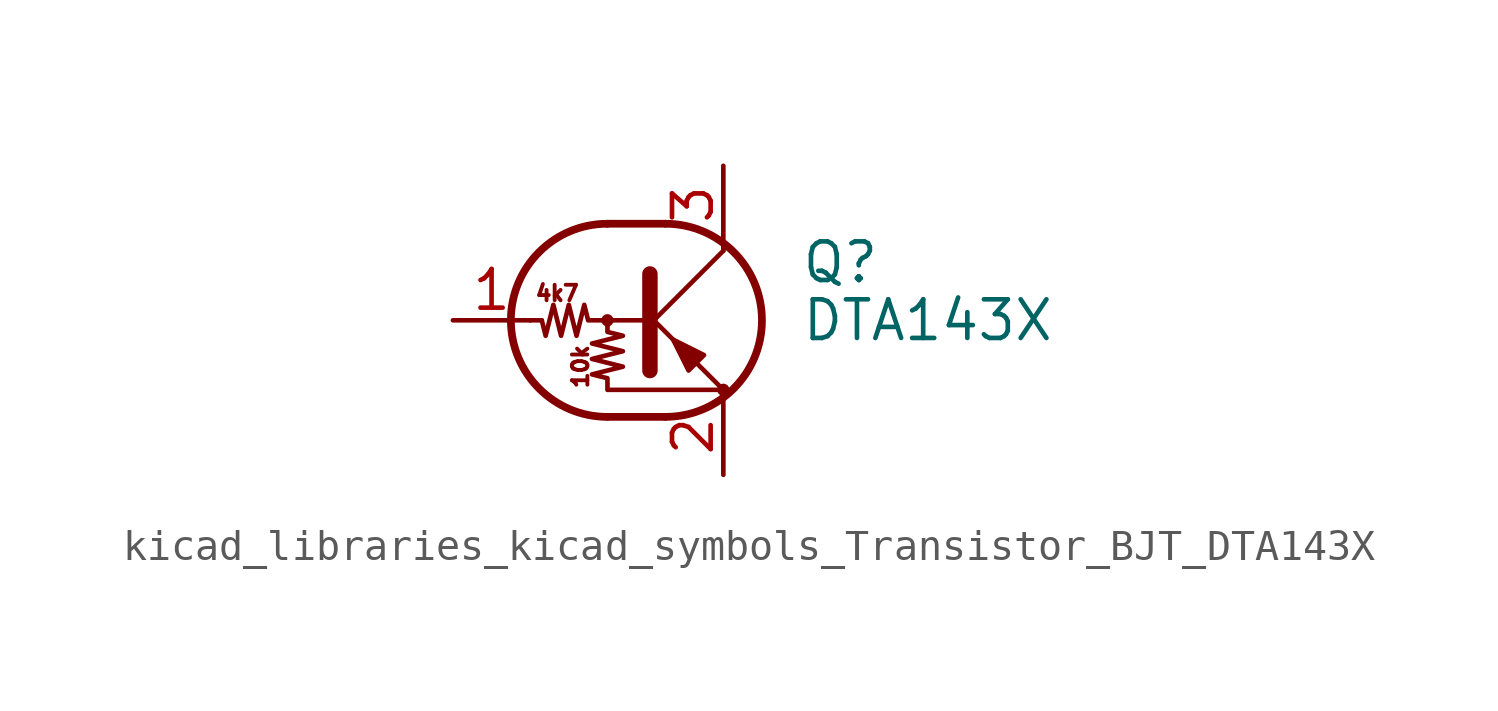
<source format=kicad_sym>
(kicad_symbol_lib
  (version 20220914)
  (generator kicad_symbol_editor)
  (symbol "kicad_libraries_kicad_symbols_Transistor_BJT_DTA143X"
    (pin_names
      (offset 0) hide)
    (property "Reference" "Q"
      (at 5.08 1.905 0)
      (effects (font (size 1.27 1.27)) (justify left)))
    (property "Value" "DTA143X"
      (at 5.08 0 0)
      (effects (font (size 1.27 1.27)) (justify left)))
    (symbol "kicad_libraries_kicad_symbols_Transistor_BJT_DTA143X_0_0"
      (text "10k" (at -2.159 -1.524 900) (effects (font (size 0.508 0.508))))
      (text "4k7" (at -2.921 0.889 0) (effects (font (size 0.508 0.508)))))
    (symbol "kicad_libraries_kicad_symbols_Transistor_BJT_DTA143X_0_1"
      (circle (center -1.27 0) (radius 0.127) (stroke (width 0) (type default)) (fill (type none)))
      (arc (start -1.27 3.175) (mid -4.4312 0) (end -1.27 -3.175) (stroke (width 0.254) (type default)) (fill (type none)))
      (polyline (pts (xy -3.429 0) (xy -3.81 0)) (stroke (width 0) (type default)) (fill (type none)))
      (polyline (pts (xy -1.27 -3.175) (xy 0.635 -3.175)) (stroke (width 0.254) (type default)) (fill (type none)))
      (polyline (pts (xy -1.27 3.175) (xy 0.635 3.175)) (stroke (width 0.254) (type default)) (fill (type none)))
      (polyline (pts (xy 0 -0.254) (xy 2.54 2.286)) (stroke (width 0) (type default)) (fill (type none)))
      (polyline (pts (xy 0.127 1.524) (xy 0.127 -1.651)) (stroke (width 0.508) (type default)) (fill (type outline)))
      (polyline (pts (xy 2.54 2.286) (xy 2.54 2.54)) (stroke (width 0) (type default)) (fill (type none)))
      (polyline (pts (xy 2.54 -2.286) (xy 0 0.254) (xy 0 0.254)) (stroke (width 0) (type default)) (fill (type none)))
      (polyline (pts (xy 1.397 -1.651) (xy 1.905 -1.143) (xy 0.889 -0.635) (xy 1.397 -1.651)) (stroke (width 0) (type default)) (fill (type outline)))
      (polyline (pts (xy 0 0) (xy -1.905 0) (xy -2.032 0.508) (xy -2.286 -0.508) (xy -2.54 0.508) (xy -2.794 -0.508) (xy -3.048 0.508) (xy -3.302 -0.508) (xy -3.429 0)) (stroke (width 0) (type default)) (fill (type none)))
      (polyline (pts (xy -1.27 0) (xy -1.27 -0.381) (xy -0.762 -0.508) (xy -1.778 -0.762) (xy -0.762 -1.016) (xy -1.778 -1.27) (xy -0.762 -1.524) (xy -1.778 -1.778) (xy -1.27 -1.905) (xy -1.27 -2.286) (xy 2.54 -2.286)) (stroke (width 0) (type default)) (fill (type none)))
      (arc (start 0.635 -3.175) (mid 3.7962 0) (end 0.635 3.175) (stroke (width 0.254) (type default)) (fill (type none)))
      (circle (center 2.54 -2.286) (radius 0.127) (stroke (width 0) (type default)) (fill (type none))))
    (symbol "kicad_libraries_kicad_symbols_Transistor_BJT_DTA143X_1_1"
      (pin input line (at -6.35 0 0) (length 2.54) (name "B" (effects (font (size 1.27 1.27)))) (number "1" (effects (font (size 1.27 1.27)))))
      (pin passive line (at 2.54 -5.08 90) (length 2.54) (name "E" (effects (font (size 1.27 1.27)))) (number "2" (effects (font (size 1.27 1.27)))))
      (pin passive line (at 2.54 5.08 270) (length 2.54) (name "C" (effects (font (size 1.27 1.27)))) (number "3" (effects (font (size 1.27 1.27))))))))
</source>
